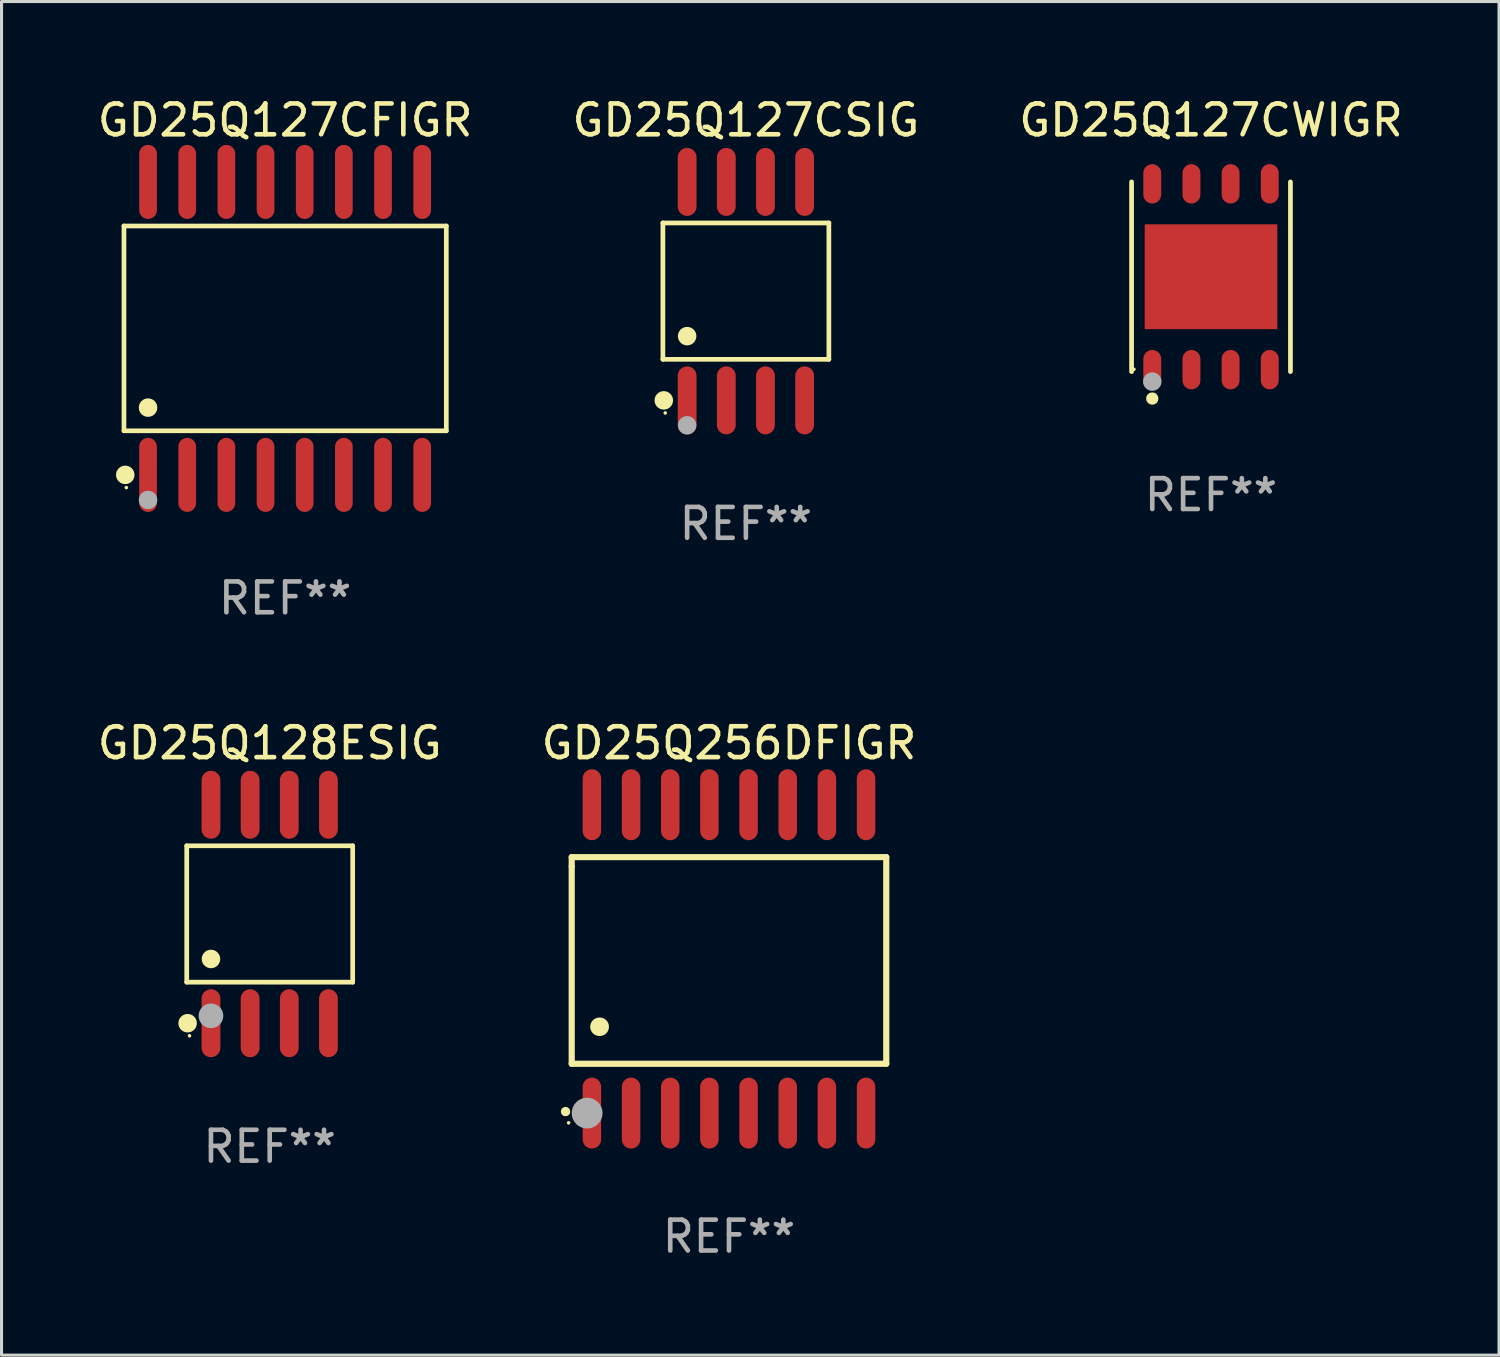
<source format=kicad_pcb>
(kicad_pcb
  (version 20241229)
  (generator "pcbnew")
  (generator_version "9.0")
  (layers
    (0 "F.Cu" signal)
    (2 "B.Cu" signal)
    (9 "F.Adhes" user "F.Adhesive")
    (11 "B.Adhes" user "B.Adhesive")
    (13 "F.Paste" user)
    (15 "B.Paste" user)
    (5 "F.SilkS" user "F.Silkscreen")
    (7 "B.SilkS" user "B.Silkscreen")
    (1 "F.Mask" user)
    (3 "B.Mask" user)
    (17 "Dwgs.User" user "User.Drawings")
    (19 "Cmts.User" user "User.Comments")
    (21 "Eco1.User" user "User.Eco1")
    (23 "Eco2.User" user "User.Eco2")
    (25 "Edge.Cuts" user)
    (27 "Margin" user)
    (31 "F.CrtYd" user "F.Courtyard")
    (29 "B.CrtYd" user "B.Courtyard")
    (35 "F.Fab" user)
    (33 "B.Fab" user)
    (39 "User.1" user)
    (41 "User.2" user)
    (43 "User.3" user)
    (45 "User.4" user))
  (footprint "GD25Q127CWIGR"
    (layer "F.Cu")
    (at 36.22 5.924)
    (property "Reference" "GD25Q127CWIGR" (at 0 -5.076 0) (layer "F.SilkS") (effects (font (size 1 1) (thickness 0.15))))
    (attr through_hole)
    (fp_line (start -2.576 3.076) (end -2.576 -3.076) (stroke (width 0.152) (type solid)) (layer "F.SilkS"))
    (fp_line (start 2.576 -3.076) (end 2.576 3.076) (stroke (width 0.152) (type solid)) (layer "F.SilkS"))
    (fp_circle (center -2.5 3) (end -2.47 3) (stroke (width 0.06) (type solid)) (fill no) (layer "F.SilkS"))
    (fp_circle (center -1.905 3.95) (end -1.805 3.95) (stroke (width 0.2) (type solid)) (fill no) (layer "F.SilkS"))
    (fp_circle (center -1.905 3.4) (end -1.755 3.4) (stroke (width 0.3) (type solid)) (fill no) (layer "F.Fab"))
    (fp_text user "REF**" (at 0 7.076 0) (layer "F.Fab") (effects (font (size 1 1) (thickness 0.15))))
    (pad "1" smd oval (at -1.905 3.013) (size 0.581 1.276) (layers "F.Cu" "F.Mask" "F.Paste"))
    (pad "2" smd oval (at -0.635 3.013) (size 0.581 1.276) (layers "F.Cu" "F.Mask" "F.Paste"))
    (pad "3" smd oval (at 0.635 3.013) (size 0.581 1.276) (layers "F.Cu" "F.Mask" "F.Paste"))
    (pad "4" smd oval (at 1.905 3.013) (size 0.581 1.276) (layers "F.Cu" "F.Mask" "F.Paste"))
    (pad "5" smd oval (at 1.905 -3.013) (size 0.581 1.276) (layers "F.Cu" "F.Mask" "F.Paste"))
    (pad "6" smd oval (at 0.635 -3.013) (size 0.581 1.276) (layers "F.Cu" "F.Mask" "F.Paste"))
    (pad "7" smd oval (at -0.635 -3.013) (size 0.581 1.276) (layers "F.Cu" "F.Mask" "F.Paste"))
    (pad "8" smd oval (at -1.905 -3.013) (size 0.581 1.276) (layers "F.Cu" "F.Mask" "F.Paste"))
    (pad "9" smd rect (at 0 0) (size 4.3 3.4) (layers "F.Cu" "F.Mask" "F.Paste")))
  (footprint "GD25Q127CFIGR"
    (layer "F.Cu")
    (at 6.196 7.599)
    (property "Reference" "GD25Q127CFIGR" (at 0 -6.75 0) (layer "F.SilkS") (effects (font (size 1 1) (thickness 0.15))))
    (attr through_hole)
    (fp_line (start -5.226 -3.321) (end 5.226 -3.321) (stroke (width 0.152) (type solid)) (layer "F.SilkS"))
    (fp_line (start -5.226 3.321) (end -5.226 -3.321) (stroke (width 0.152) (type solid)) (layer "F.SilkS"))
    (fp_line (start 5.226 -3.321) (end 5.226 3.321) (stroke (width 0.152) (type solid)) (layer "F.SilkS"))
    (fp_line (start 5.226 3.321) (end -5.226 3.321) (stroke (width 0.152) (type solid)) (layer "F.SilkS"))
    (fp_circle (center -5.184 4.75) (end -5.034 4.75) (stroke (width 0.3) (type solid)) (fill no) (layer "F.SilkS"))
    (fp_circle (center -5.15 5.163) (end -5.12 5.163) (stroke (width 0.06) (type solid)) (fill no) (layer "F.SilkS"))
    (fp_circle (center -4.445 2.569) (end -4.295 2.569) (stroke (width 0.3) (type solid)) (fill no) (layer "F.SilkS"))
    (fp_circle (center -4.445 5.563) (end -4.295 5.563) (stroke (width 0.3) (type solid)) (fill no) (layer "F.Fab"))
    (fp_text user "REF**" (at 0 8.75 0) (layer "F.Fab") (effects (font (size 1 1) (thickness 0.15))))
    (pad "1" smd oval (at -4.445 4.75) (size 0.574 2.401) (layers "F.Cu" "F.Mask" "F.Paste"))
    (pad "2" smd oval (at -3.175 4.75) (size 0.574 2.401) (layers "F.Cu" "F.Mask" "F.Paste"))
    (pad "3" smd oval (at -1.905 4.75) (size 0.574 2.401) (layers "F.Cu" "F.Mask" "F.Paste"))
    (pad "4" smd oval (at -0.635 4.75) (size 0.574 2.401) (layers "F.Cu" "F.Mask" "F.Paste"))
    (pad "5" smd oval (at 0.635 4.75) (size 0.574 2.401) (layers "F.Cu" "F.Mask" "F.Paste"))
    (pad "6" smd oval (at 1.905 4.75) (size 0.574 2.401) (layers "F.Cu" "F.Mask" "F.Paste"))
    (pad "7" smd oval (at 3.175 4.75) (size 0.574 2.401) (layers "F.Cu" "F.Mask" "F.Paste"))
    (pad "8" smd oval (at 4.445 4.75) (size 0.574 2.401) (layers "F.Cu" "F.Mask" "F.Paste"))
    (pad "9" smd oval (at 4.445 -4.75) (size 0.574 2.401) (layers "F.Cu" "F.Mask" "F.Paste"))
    (pad "10" smd oval (at 3.175 -4.75) (size 0.574 2.401) (layers "F.Cu" "F.Mask" "F.Paste"))
    (pad "11" smd oval (at 1.905 -4.75) (size 0.574 2.401) (layers "F.Cu" "F.Mask" "F.Paste"))
    (pad "12" smd oval (at 0.635 -4.75) (size 0.574 2.401) (layers "F.Cu" "F.Mask" "F.Paste"))
    (pad "13" smd oval (at -0.635 -4.75) (size 0.574 2.401) (layers "F.Cu" "F.Mask" "F.Paste"))
    (pad "14" smd oval (at -1.905 -4.75) (size 0.574 2.401) (layers "F.Cu" "F.Mask" "F.Paste"))
    (pad "15" smd oval (at -3.175 -4.75) (size 0.574 2.401) (layers "F.Cu" "F.Mask" "F.Paste"))
    (pad "16" smd oval (at -4.445 -4.75) (size 0.574 2.401) (layers "F.Cu" "F.Mask" "F.Paste")))
  (footprint "GD25Q256DFIGR"
    (layer "F.Cu")
    (at 20.589 28.045)
    (property "Reference" "GD25Q256DFIGR" (at 0 -7 0) (layer "F.SilkS") (effects (font (size 1 1) (thickness 0.15))))
    (attr through_hole)
    (fp_line (start -5.1 -3.3) (end -5.1 -3) (stroke (width 0.2) (type solid)) (layer "F.SilkS"))
    (fp_line (start -5.1 -3) (end -5.1 3.4) (stroke (width 0.2) (type solid)) (layer "F.SilkS"))
    (fp_line (start -5.1 3.4) (end 5.1 3.4) (stroke (width 0.2) (type solid)) (layer "F.SilkS"))
    (fp_line (start 5.1 -3.3) (end -5.1 -3.3) (stroke (width 0.2) (type solid)) (layer "F.SilkS"))
    (fp_line (start 5.1 3.4) (end 5.1 -3.3) (stroke (width 0.2) (type solid)) (layer "F.SilkS"))
    (fp_arc (start -5.300991 4.950495) (mid -5.299721 4.95049) (end -5.298451 4.950495) (stroke (width 0.3) (type solid)) (layer "F.SilkS"))
    (fp_arc (start -4.2 2.200025) (mid -4.19619 2.200001) (end -4.19238 2.200025) (stroke (width 0.6) (type solid)) (layer "F.SilkS"))
    (fp_circle (center -5.2 5.315) (end -5.17 5.315) (stroke (width 0.06) (type solid)) (fill no) (layer "F.SilkS"))
    (fp_circle (center -4.6 5) (end -4.35 5) (stroke (width 0.5) (type solid)) (fill no) (layer "F.Fab"))
    (fp_text user "REF**" (at 0 9 0) (layer "F.Fab") (effects (font (size 1 1) (thickness 0.15))))
    (pad "1" smd oval (at -4.445 5 180) (size 0.6 2.3) (layers "F.Cu" "F.Mask" "F.Paste"))
    (pad "2" smd oval (at -3.175 5 180) (size 0.6 2.3) (layers "F.Cu" "F.Mask" "F.Paste"))
    (pad "3" smd oval (at -1.905 5 180) (size 0.6 2.3) (layers "F.Cu" "F.Mask" "F.Paste"))
    (pad "4" smd oval (at -0.635 5 180) (size 0.6 2.3) (layers "F.Cu" "F.Mask" "F.Paste"))
    (pad "5" smd oval (at 0.635 5 180) (size 0.6 2.3) (layers "F.Cu" "F.Mask" "F.Paste"))
    (pad "6" smd oval (at 1.905 5 180) (size 0.6 2.3) (layers "F.Cu" "F.Mask" "F.Paste"))
    (pad "7" smd oval (at 3.175 5 180) (size 0.6 2.3) (layers "F.Cu" "F.Mask" "F.Paste"))
    (pad "8" smd oval (at 4.445 5 180) (size 0.6 2.3) (layers "F.Cu" "F.Mask" "F.Paste"))
    (pad "9" smd oval (at 4.445 -5 180) (size 0.6 2.3) (layers "F.Cu" "F.Mask" "F.Paste"))
    (pad "10" smd oval (at 3.175 -5 180) (size 0.6 2.3) (layers "F.Cu" "F.Mask" "F.Paste"))
    (pad "11" smd oval (at 1.905 -5 180) (size 0.6 2.3) (layers "F.Cu" "F.Mask" "F.Paste"))
    (pad "12" smd oval (at 0.635 -5 180) (size 0.6 2.3) (layers "F.Cu" "F.Mask" "F.Paste"))
    (pad "13" smd oval (at -0.635 -5 180) (size 0.6 2.3) (layers "F.Cu" "F.Mask" "F.Paste"))
    (pad "14" smd oval (at -1.905 -5 180) (size 0.6 2.3) (layers "F.Cu" "F.Mask" "F.Paste"))
    (pad "15" smd oval (at -3.175 -5 180) (size 0.6 2.3) (layers "F.Cu" "F.Mask" "F.Paste"))
    (pad "16" smd oval (at -4.445 -5 180) (size 0.6 2.3) (layers "F.Cu" "F.Mask" "F.Paste")))
  (footprint "GD25Q128ESIG"
    (layer "F.Cu")
    (at 5.696 26.588)
    (property "Reference" "GD25Q128ESIG" (at 0 -5.542 0) (layer "F.SilkS") (effects (font (size 1 1) (thickness 0.15))))
    (attr through_hole)
    (fp_line (start -2.691 -2.211) (end 2.691 -2.211) (stroke (width 0.152) (type solid)) (layer "F.SilkS"))
    (fp_line (start -2.691 2.211) (end -2.691 -2.211) (stroke (width 0.152) (type solid)) (layer "F.SilkS"))
    (fp_line (start 2.691 -2.211) (end 2.691 2.211) (stroke (width 0.152) (type solid)) (layer "F.SilkS"))
    (fp_line (start 2.691 2.211) (end -2.691 2.211) (stroke (width 0.152) (type solid)) (layer "F.SilkS"))
    (fp_circle (center -2.662 3.542) (end -2.512 3.542) (stroke (width 0.3) (type solid)) (fill no) (layer "F.SilkS"))
    (fp_circle (center -2.6 3.95) (end -2.57 3.95) (stroke (width 0.06) (type solid)) (fill no) (layer "F.SilkS"))
    (fp_circle (center -1.905 1.459) (end -1.755 1.459) (stroke (width 0.3) (type solid)) (fill no) (layer "F.SilkS"))
    (fp_circle (center -1.905 3.302) (end -1.705 3.302) (stroke (width 0.4) (type solid)) (fill no) (layer "F.Fab"))
    (fp_text user "REF**" (at 0 7.542 0) (layer "F.Fab") (effects (font (size 1 1) (thickness 0.15))))
    (pad "1" smd oval (at -1.905 3.542) (size 0.609 2.204) (layers "F.Cu" "F.Mask" "F.Paste"))
    (pad "2" smd oval (at -0.635 3.542) (size 0.609 2.204) (layers "F.Cu" "F.Mask" "F.Paste"))
    (pad "3" smd oval (at 0.635 3.542) (size 0.609 2.204) (layers "F.Cu" "F.Mask" "F.Paste"))
    (pad "4" smd oval (at 1.905 3.542) (size 0.609 2.204) (layers "F.Cu" "F.Mask" "F.Paste"))
    (pad "5" smd oval (at 1.905 -3.542) (size 0.609 2.204) (layers "F.Cu" "F.Mask" "F.Paste"))
    (pad "6" smd oval (at 0.635 -3.542) (size 0.609 2.204) (layers "F.Cu" "F.Mask" "F.Paste"))
    (pad "7" smd oval (at -0.635 -3.542) (size 0.609 2.204) (layers "F.Cu" "F.Mask" "F.Paste"))
    (pad "8" smd oval (at -1.905 -3.542) (size 0.609 2.204) (layers "F.Cu" "F.Mask" "F.Paste")))
  (footprint "GD25Q127CSIG"
    (layer "F.Cu")
    (at 21.137 6.391)
    (property "Reference" "GD25Q127CSIG" (at 0 -5.542 0) (layer "F.SilkS") (effects (font (size 1 1) (thickness 0.15))))
    (attr through_hole)
    (fp_line (start -2.691 -2.211) (end 2.691 -2.211) (stroke (width 0.152) (type solid)) (layer "F.SilkS"))
    (fp_line (start -2.691 2.211) (end -2.691 -2.211) (stroke (width 0.152) (type solid)) (layer "F.SilkS"))
    (fp_line (start 2.691 -2.211) (end 2.691 2.211) (stroke (width 0.152) (type solid)) (layer "F.SilkS"))
    (fp_line (start 2.691 2.211) (end -2.691 2.211) (stroke (width 0.152) (type solid)) (layer "F.SilkS"))
    (fp_circle (center -2.662 3.542) (end -2.512 3.542) (stroke (width 0.3) (type solid)) (fill no) (layer "F.SilkS"))
    (fp_circle (center -2.615 3.95) (end -2.585 3.95) (stroke (width 0.06) (type solid)) (fill no) (layer "F.SilkS"))
    (fp_circle (center -1.905 1.459) (end -1.755 1.459) (stroke (width 0.3) (type solid)) (fill no) (layer "F.SilkS"))
    (fp_circle (center -1.905 4.35) (end -1.755 4.35) (stroke (width 0.3) (type solid)) (fill no) (layer "F.Fab"))
    (fp_text user "REF**" (at 0 7.542 0) (layer "F.Fab") (effects (font (size 1 1) (thickness 0.15))))
    (pad "1" smd oval (at -1.905 3.542) (size 0.609 2.204) (layers "F.Cu" "F.Mask" "F.Paste"))
    (pad "2" smd oval (at -0.635 3.542) (size 0.609 2.204) (layers "F.Cu" "F.Mask" "F.Paste"))
    (pad "3" smd oval (at 0.635 3.542) (size 0.609 2.204) (layers "F.Cu" "F.Mask" "F.Paste"))
    (pad "4" smd oval (at 1.905 3.542) (size 0.609 2.204) (layers "F.Cu" "F.Mask" "F.Paste"))
    (pad "5" smd oval (at 1.905 -3.542) (size 0.609 2.204) (layers "F.Cu" "F.Mask" "F.Paste"))
    (pad "6" smd oval (at 0.635 -3.542) (size 0.609 2.204) (layers "F.Cu" "F.Mask" "F.Paste"))
    (pad "7" smd oval (at -0.635 -3.542) (size 0.609 2.204) (layers "F.Cu" "F.Mask" "F.Paste"))
    (pad "8" smd oval (at -1.905 -3.542) (size 0.609 2.204) (layers "F.Cu" "F.Mask" "F.Paste")))
  (gr_rect
    (start -3 -3)
    (end 45.56 40.894)
    (stroke (width 0.1) (type default))
    (fill no)
    (layer "Edge.Cuts")))
</source>
